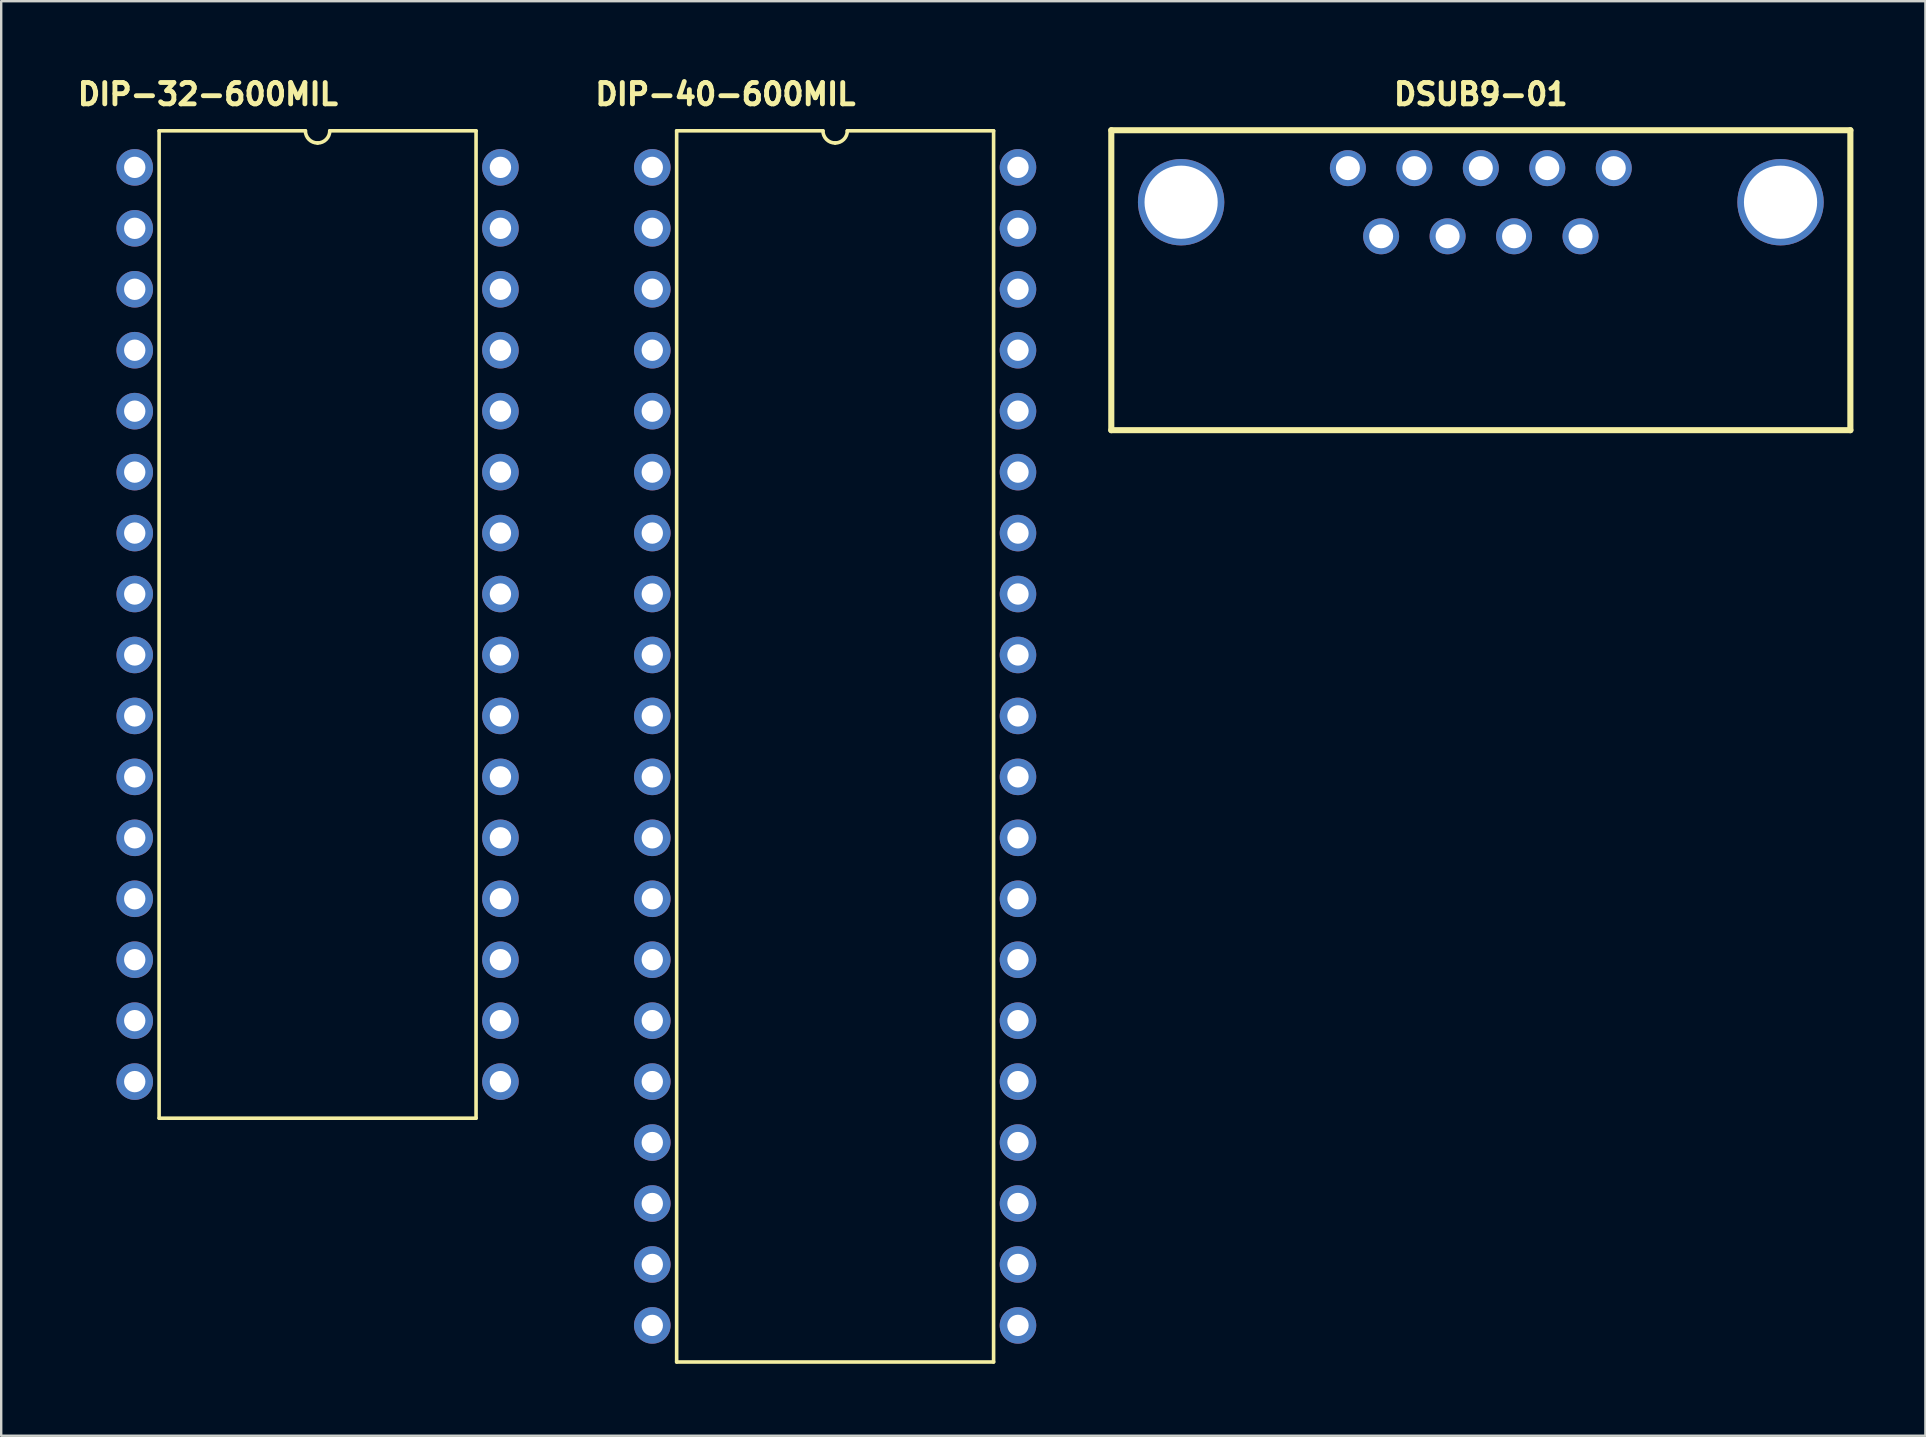
<source format=kicad_pcb>
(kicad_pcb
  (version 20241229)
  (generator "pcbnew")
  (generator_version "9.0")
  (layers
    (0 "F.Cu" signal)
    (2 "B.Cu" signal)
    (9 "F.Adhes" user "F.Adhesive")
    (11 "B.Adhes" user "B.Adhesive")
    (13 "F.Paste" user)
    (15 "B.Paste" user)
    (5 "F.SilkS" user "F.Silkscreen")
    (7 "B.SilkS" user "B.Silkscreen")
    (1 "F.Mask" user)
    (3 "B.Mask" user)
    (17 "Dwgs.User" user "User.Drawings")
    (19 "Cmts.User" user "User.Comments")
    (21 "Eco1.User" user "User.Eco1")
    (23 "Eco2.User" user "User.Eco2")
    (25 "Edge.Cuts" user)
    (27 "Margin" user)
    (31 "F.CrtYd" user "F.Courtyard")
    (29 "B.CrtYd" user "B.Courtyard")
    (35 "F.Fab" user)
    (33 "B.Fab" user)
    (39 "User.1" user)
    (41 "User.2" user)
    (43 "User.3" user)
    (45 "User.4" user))
  (footprint "DIP-40-600MIL"
    (layer "F.Cu")
    (at 24.133 3.925)
    (property "Reference" "DIP-40-600MIL" (at 3.048 -3.048 0) (layer "F.SilkS") (effects (font (size 0.889 0.889) (thickness 0.203))))
    (attr through_hole)
    (fp_line (start 1.016 -1.524) (end 1.016 49.784) (stroke (width 0.15) (type solid)) (layer "F.SilkS"))
    (fp_line (start 1.016 49.784) (end 14.224 49.784) (stroke (width 0.15) (type solid)) (layer "F.SilkS"))
    (fp_line (start 7.112 -1.524) (end 1.016 -1.524) (stroke (width 0.15) (type solid)) (layer "F.SilkS"))
    (fp_line (start 8.128 -1.524) (end 14.224 -1.524) (stroke (width 0.15) (type solid)) (layer "F.SilkS"))
    (fp_line (start 14.224 49.784) (end 14.224 -1.524) (stroke (width 0.15) (type solid)) (layer "F.SilkS"))
    (fp_arc (start 7.62 -1.016) (mid 7.26079 -1.16479) (end 7.112 -1.524) (stroke (width 0.15) (type solid)) (layer "F.SilkS"))
    (fp_arc (start 8.128 -1.524) (mid 7.97921 -1.16479) (end 7.62 -1.016) (stroke (width 0.15) (type solid)) (layer "F.SilkS"))
    (pad "1" thru_hole circle (at 0 0) (size 1.524 1.524) (drill 0.889) (layers "*.Cu" "*.Mask"))
    (pad "2" thru_hole circle (at 0 2.54) (size 1.524 1.524) (drill 0.889) (layers "*.Cu" "*.Mask"))
    (pad "3" thru_hole circle (at 0 5.08) (size 1.524 1.524) (drill 0.889) (layers "*.Cu" "*.Mask"))
    (pad "4" thru_hole circle (at 0 7.62) (size 1.524 1.524) (drill 0.889) (layers "*.Cu" "*.Mask"))
    (pad "5" thru_hole circle (at 0 10.16) (size 1.524 1.524) (drill 0.889) (layers "*.Cu" "*.Mask"))
    (pad "6" thru_hole circle (at 0 12.7) (size 1.524 1.524) (drill 0.889) (layers "*.Cu" "*.Mask"))
    (pad "7" thru_hole circle (at 0 15.24) (size 1.524 1.524) (drill 0.889) (layers "*.Cu" "*.Mask"))
    (pad "8" thru_hole circle (at 0 17.78) (size 1.524 1.524) (drill 0.889) (layers "*.Cu" "*.Mask"))
    (pad "9" thru_hole circle (at 0 20.32) (size 1.524 1.524) (drill 0.889) (layers "*.Cu" "*.Mask"))
    (pad "10" thru_hole circle (at 0 22.86) (size 1.524 1.524) (drill 0.889) (layers "*.Cu" "*.Mask"))
    (pad "11" thru_hole circle (at 0 25.4) (size 1.524 1.524) (drill 0.889) (layers "*.Cu" "*.Mask"))
    (pad "12" thru_hole circle (at 0 27.94) (size 1.524 1.524) (drill 0.889) (layers "*.Cu" "*.Mask"))
    (pad "13" thru_hole circle (at 0 30.48) (size 1.524 1.524) (drill 0.889) (layers "*.Cu" "*.Mask"))
    (pad "14" thru_hole circle (at 0 33.02) (size 1.524 1.524) (drill 0.889) (layers "*.Cu" "*.Mask"))
    (pad "15" thru_hole circle (at 0 35.56) (size 1.524 1.524) (drill 0.889) (layers "*.Cu" "*.Mask"))
    (pad "16" thru_hole circle (at 0 38.1) (size 1.524 1.524) (drill 0.889) (layers "*.Cu" "*.Mask"))
    (pad "17" thru_hole circle (at 0 40.64) (size 1.524 1.524) (drill 0.889) (layers "*.Cu" "*.Mask"))
    (pad "18" thru_hole circle (at 0 43.18) (size 1.524 1.524) (drill 0.889) (layers "*.Cu" "*.Mask"))
    (pad "19" thru_hole circle (at 0 45.72) (size 1.524 1.524) (drill 0.889) (layers "*.Cu" "*.Mask"))
    (pad "20" thru_hole circle (at 0 48.26) (size 1.524 1.524) (drill 0.889) (layers "*.Cu" "*.Mask"))
    (pad "21" thru_hole circle (at 15.24 48.26) (size 1.524 1.524) (drill 0.889) (layers "*.Cu" "*.Mask"))
    (pad "22" thru_hole circle (at 15.24 45.72) (size 1.524 1.524) (drill 0.889) (layers "*.Cu" "*.Mask"))
    (pad "23" thru_hole circle (at 15.24 43.18) (size 1.524 1.524) (drill 0.889) (layers "*.Cu" "*.Mask"))
    (pad "24" thru_hole circle (at 15.24 40.64) (size 1.524 1.524) (drill 0.889) (layers "*.Cu" "*.Mask"))
    (pad "25" thru_hole circle (at 15.24 38.1) (size 1.524 1.524) (drill 0.889) (layers "*.Cu" "*.Mask"))
    (pad "26" thru_hole circle (at 15.24 35.56) (size 1.524 1.524) (drill 0.889) (layers "*.Cu" "*.Mask"))
    (pad "27" thru_hole circle (at 15.24 33.02) (size 1.524 1.524) (drill 0.889) (layers "*.Cu" "*.Mask"))
    (pad "28" thru_hole circle (at 15.24 30.48) (size 1.524 1.524) (drill 0.889) (layers "*.Cu" "*.Mask"))
    (pad "29" thru_hole circle (at 15.24 27.94) (size 1.524 1.524) (drill 0.889) (layers "*.Cu" "*.Mask"))
    (pad "30" thru_hole circle (at 15.24 25.4) (size 1.524 1.524) (drill 0.889) (layers "*.Cu" "*.Mask"))
    (pad "31" thru_hole circle (at 15.24 22.86) (size 1.524 1.524) (drill 0.889) (layers "*.Cu" "*.Mask"))
    (pad "32" thru_hole circle (at 15.24 20.32) (size 1.524 1.524) (drill 0.889) (layers "*.Cu" "*.Mask"))
    (pad "33" thru_hole circle (at 15.24 17.78) (size 1.524 1.524) (drill 0.889) (layers "*.Cu" "*.Mask"))
    (pad "34" thru_hole circle (at 15.24 15.24) (size 1.524 1.524) (drill 0.889) (layers "*.Cu" "*.Mask"))
    (pad "35" thru_hole circle (at 15.24 12.7) (size 1.524 1.524) (drill 0.889) (layers "*.Cu" "*.Mask"))
    (pad "36" thru_hole circle (at 15.24 10.16) (size 1.524 1.524) (drill 0.889) (layers "*.Cu" "*.Mask"))
    (pad "37" thru_hole circle (at 15.24 7.62) (size 1.524 1.524) (drill 0.889) (layers "*.Cu" "*.Mask"))
    (pad "38" thru_hole circle (at 15.24 5.08) (size 1.524 1.524) (drill 0.889) (layers "*.Cu" "*.Mask"))
    (pad "39" thru_hole circle (at 15.24 2.54) (size 1.524 1.524) (drill 0.889) (layers "*.Cu" "*.Mask"))
    (pad "40" thru_hole circle (at 15.24 0) (size 1.524 1.524) (drill 0.889) (layers "*.Cu" "*.Mask")))
  (footprint "DIP-32-600MIL"
    (layer "F.Cu")
    (at 2.565 3.925)
    (property "Reference" "DIP-32-600MIL" (at 3.048 -3.048 0) (layer "F.SilkS") (effects (font (size 0.889 0.889) (thickness 0.203))))
    (attr through_hole)
    (fp_line (start 1.016 -1.524) (end 1.016 39.624) (stroke (width 0.15) (type solid)) (layer "F.SilkS"))
    (fp_line (start 1.016 39.624) (end 14.224 39.624) (stroke (width 0.15) (type solid)) (layer "F.SilkS"))
    (fp_line (start 7.112 -1.524) (end 1.016 -1.524) (stroke (width 0.15) (type solid)) (layer "F.SilkS"))
    (fp_line (start 8.128 -1.524) (end 14.224 -1.524) (stroke (width 0.15) (type solid)) (layer "F.SilkS"))
    (fp_line (start 14.224 39.624) (end 14.224 -1.524) (stroke (width 0.15) (type solid)) (layer "F.SilkS"))
    (fp_arc (start 7.62 -1.016) (mid 7.26079 -1.16479) (end 7.112 -1.524) (stroke (width 0.15) (type solid)) (layer "F.SilkS"))
    (fp_arc (start 8.128 -1.524) (mid 7.97921 -1.16479) (end 7.62 -1.016) (stroke (width 0.15) (type solid)) (layer "F.SilkS"))
    (pad "1" thru_hole circle (at 0 0) (size 1.524 1.524) (drill 0.889) (layers "*.Cu" "*.Mask"))
    (pad "2" thru_hole circle (at 0 2.54) (size 1.524 1.524) (drill 0.889) (layers "*.Cu" "*.Mask"))
    (pad "3" thru_hole circle (at 0 5.08) (size 1.524 1.524) (drill 0.889) (layers "*.Cu" "*.Mask"))
    (pad "4" thru_hole circle (at 0 7.62) (size 1.524 1.524) (drill 0.889) (layers "*.Cu" "*.Mask"))
    (pad "5" thru_hole circle (at 0 10.16) (size 1.524 1.524) (drill 0.889) (layers "*.Cu" "*.Mask"))
    (pad "6" thru_hole circle (at 0 12.7) (size 1.524 1.524) (drill 0.889) (layers "*.Cu" "*.Mask"))
    (pad "7" thru_hole circle (at 0 15.24) (size 1.524 1.524) (drill 0.889) (layers "*.Cu" "*.Mask"))
    (pad "8" thru_hole circle (at 0 17.78) (size 1.524 1.524) (drill 0.889) (layers "*.Cu" "*.Mask"))
    (pad "9" thru_hole circle (at 0 20.32) (size 1.524 1.524) (drill 0.889) (layers "*.Cu" "*.Mask"))
    (pad "10" thru_hole circle (at 0 22.86) (size 1.524 1.524) (drill 0.889) (layers "*.Cu" "*.Mask"))
    (pad "11" thru_hole circle (at 0 25.4) (size 1.524 1.524) (drill 0.889) (layers "*.Cu" "*.Mask"))
    (pad "12" thru_hole circle (at 0 27.94) (size 1.524 1.524) (drill 0.889) (layers "*.Cu" "*.Mask"))
    (pad "13" thru_hole circle (at 0 30.48) (size 1.524 1.524) (drill 0.889) (layers "*.Cu" "*.Mask"))
    (pad "14" thru_hole circle (at 0 33.02) (size 1.524 1.524) (drill 0.889) (layers "*.Cu" "*.Mask"))
    (pad "15" thru_hole circle (at 0 35.56) (size 1.524 1.524) (drill 0.889) (layers "*.Cu" "*.Mask"))
    (pad "16" thru_hole circle (at 0 38.1) (size 1.524 1.524) (drill 0.889) (layers "*.Cu" "*.Mask"))
    (pad "17" thru_hole circle (at 15.24 38.1) (size 1.524 1.524) (drill 0.889) (layers "*.Cu" "*.Mask"))
    (pad "18" thru_hole circle (at 15.24 35.56) (size 1.524 1.524) (drill 0.889) (layers "*.Cu" "*.Mask"))
    (pad "19" thru_hole circle (at 15.24 33.02) (size 1.524 1.524) (drill 0.889) (layers "*.Cu" "*.Mask"))
    (pad "20" thru_hole circle (at 15.24 30.48) (size 1.524 1.524) (drill 0.889) (layers "*.Cu" "*.Mask"))
    (pad "21" thru_hole circle (at 15.24 27.94) (size 1.524 1.524) (drill 0.889) (layers "*.Cu" "*.Mask"))
    (pad "22" thru_hole circle (at 15.24 25.4) (size 1.524 1.524) (drill 0.889) (layers "*.Cu" "*.Mask"))
    (pad "23" thru_hole circle (at 15.24 22.86) (size 1.524 1.524) (drill 0.889) (layers "*.Cu" "*.Mask"))
    (pad "24" thru_hole circle (at 15.24 20.32) (size 1.524 1.524) (drill 0.889) (layers "*.Cu" "*.Mask"))
    (pad "25" thru_hole circle (at 15.24 17.78) (size 1.524 1.524) (drill 0.889) (layers "*.Cu" "*.Mask"))
    (pad "26" thru_hole circle (at 15.24 15.24) (size 1.524 1.524) (drill 0.889) (layers "*.Cu" "*.Mask"))
    (pad "27" thru_hole circle (at 15.24 12.7) (size 1.524 1.524) (drill 0.889) (layers "*.Cu" "*.Mask"))
    (pad "28" thru_hole circle (at 15.24 10.16) (size 1.524 1.524) (drill 0.889) (layers "*.Cu" "*.Mask"))
    (pad "29" thru_hole circle (at 15.24 7.62) (size 1.524 1.524) (drill 0.889) (layers "*.Cu" "*.Mask"))
    (pad "30" thru_hole circle (at 15.24 5.08) (size 1.524 1.524) (drill 0.889) (layers "*.Cu" "*.Mask"))
    (pad "31" thru_hole circle (at 15.24 2.54) (size 1.524 1.524) (drill 0.889) (layers "*.Cu" "*.Mask"))
    (pad "32" thru_hole circle (at 15.24 0) (size 1.524 1.524) (drill 0.889) (layers "*.Cu" "*.Mask")))
  (footprint "DSUB9-01"
    (layer "F.Cu")
    (at 58.662 3.957)
    (property "Reference" "DSUB9-01" (at 0 -3.08 0) (layer "F.SilkS") (effects (font (size 0.889 0.889) (thickness 0.203))))
    (attr through_hole)
    (fp_line (start -15.4 10.92) (end -15.4 -1.58) (stroke (width 0.254) (type solid)) (layer "F.SilkS"))
    (fp_line (start 15.4 -1.58) (end -15.4 -1.58) (stroke (width 0.254) (type solid)) (layer "F.SilkS"))
    (fp_line (start 15.4 10.92) (end -15.4 10.92) (stroke (width 0.254) (type solid)) (layer "F.SilkS"))
    (fp_line (start 15.4 10.92) (end 15.4 -1.58) (stroke (width 0.254) (type solid)) (layer "F.SilkS"))
    (pad "0" thru_hole circle (at -12.49 1.42) (size 3.6 3.6) (drill 3.05) (layers "*.Cu" "*.Mask"))
    (pad "0" thru_hole circle (at 12.49 1.42) (size 3.6 3.6) (drill 3.05) (layers "*.Cu" "*.Mask"))
    (pad "1" thru_hole circle (at -5.54 0) (size 1.5 1.5) (drill 1) (layers "*.Cu" "*.Mask"))
    (pad "2" thru_hole circle (at -2.77 0) (size 1.5 1.5) (drill 1) (layers "*.Cu" "*.Mask"))
    (pad "3" thru_hole circle (at 0 0) (size 1.5 1.5) (drill 1) (layers "*.Cu" "*.Mask"))
    (pad "4" thru_hole circle (at 2.77 0) (size 1.5 1.5) (drill 1) (layers "*.Cu" "*.Mask"))
    (pad "5" thru_hole circle (at 5.54 0) (size 1.5 1.5) (drill 1) (layers "*.Cu" "*.Mask"))
    (pad "6" thru_hole circle (at -4.155 2.84) (size 1.5 1.5) (drill 1) (layers "*.Cu" "*.Mask"))
    (pad "7" thru_hole circle (at -1.385 2.84) (size 1.5 1.5) (drill 1) (layers "*.Cu" "*.Mask"))
    (pad "8" thru_hole circle (at 1.385 2.84) (size 1.5 1.5) (drill 1) (layers "*.Cu" "*.Mask"))
    (pad "9" thru_hole circle (at 4.155 2.84) (size 1.5 1.5) (drill 1) (layers "*.Cu" "*.Mask")))
  (gr_rect
    (start -3 -3)
    (end 77.189 56.784)
    (stroke (width 0.1) (type default))
    (fill no)
    (layer "Edge.Cuts")))
</source>
